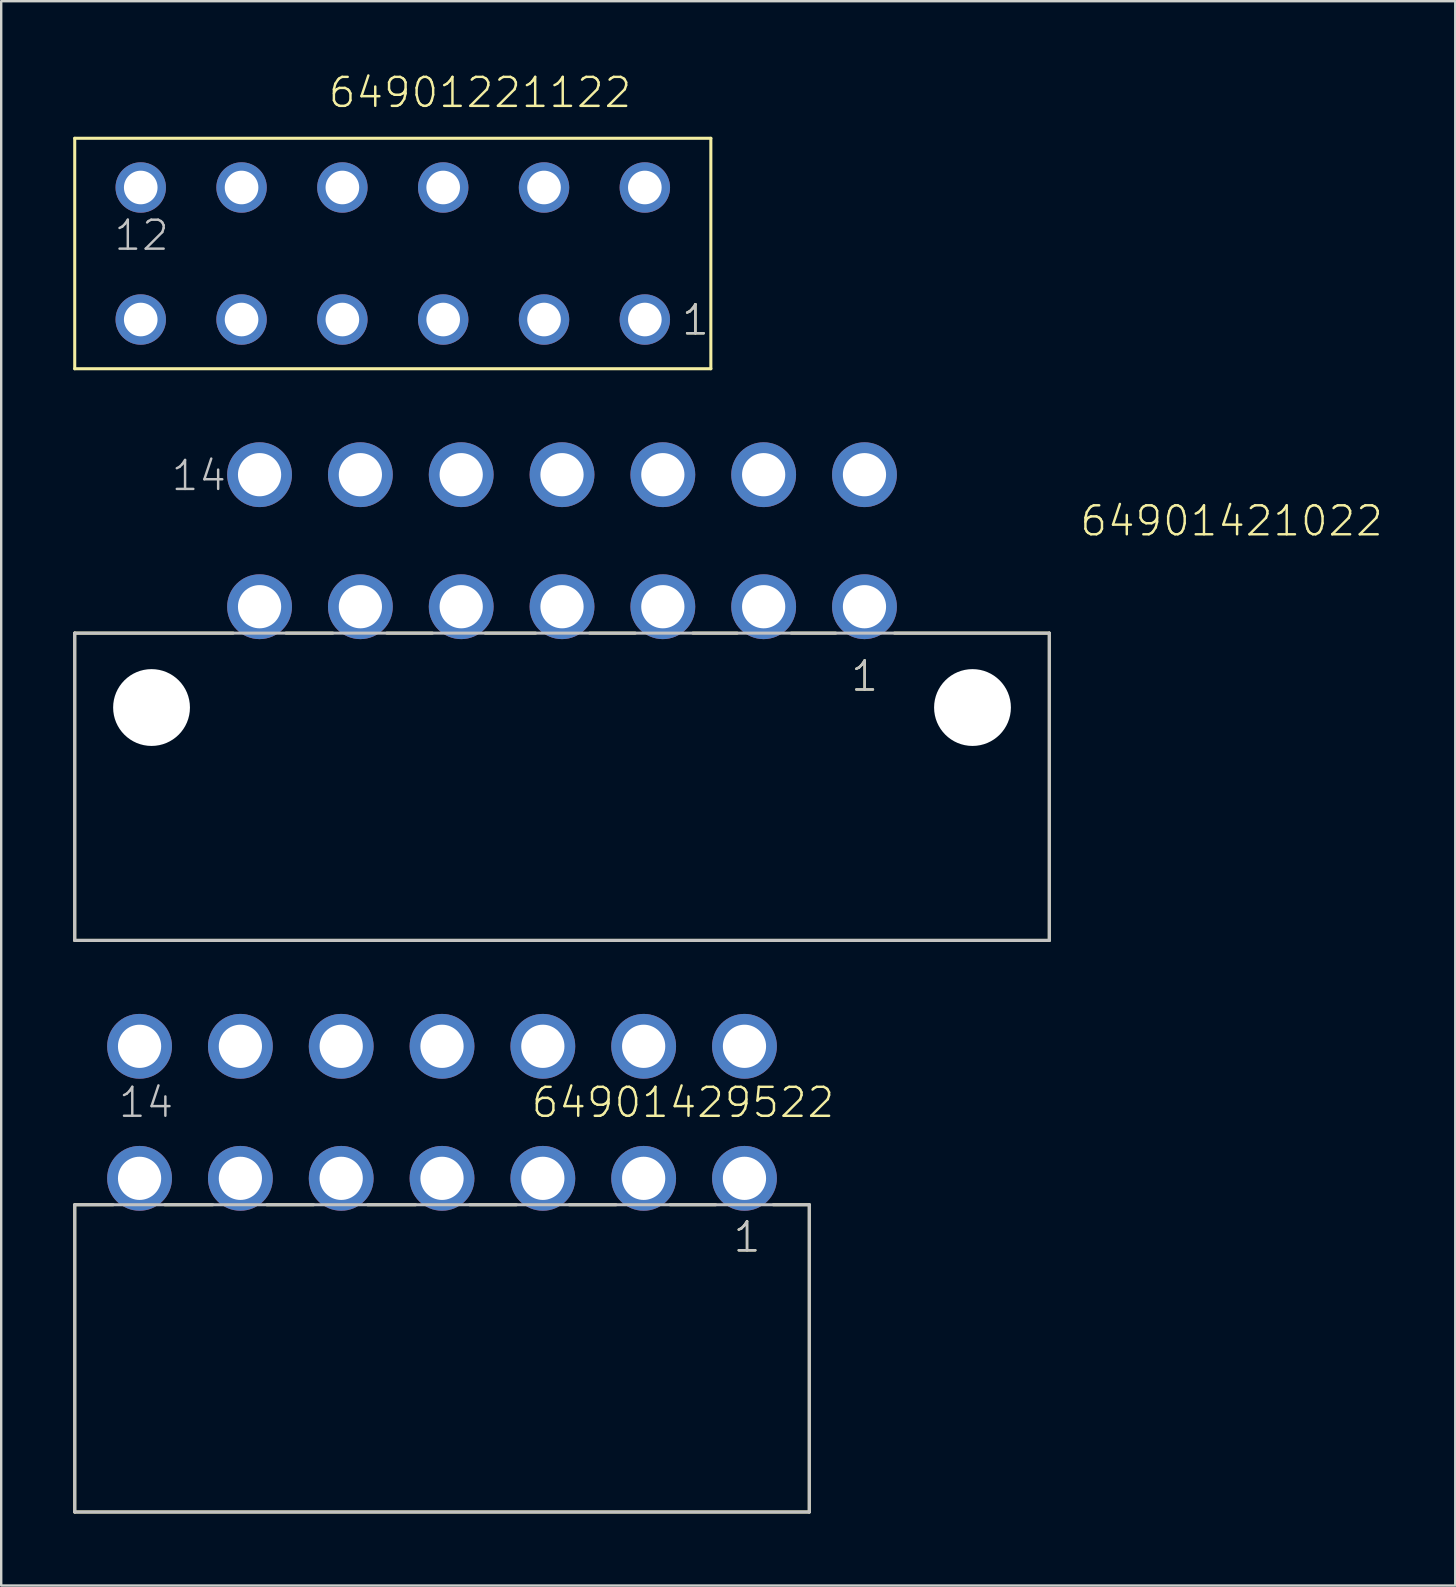
<source format=kicad_pcb>
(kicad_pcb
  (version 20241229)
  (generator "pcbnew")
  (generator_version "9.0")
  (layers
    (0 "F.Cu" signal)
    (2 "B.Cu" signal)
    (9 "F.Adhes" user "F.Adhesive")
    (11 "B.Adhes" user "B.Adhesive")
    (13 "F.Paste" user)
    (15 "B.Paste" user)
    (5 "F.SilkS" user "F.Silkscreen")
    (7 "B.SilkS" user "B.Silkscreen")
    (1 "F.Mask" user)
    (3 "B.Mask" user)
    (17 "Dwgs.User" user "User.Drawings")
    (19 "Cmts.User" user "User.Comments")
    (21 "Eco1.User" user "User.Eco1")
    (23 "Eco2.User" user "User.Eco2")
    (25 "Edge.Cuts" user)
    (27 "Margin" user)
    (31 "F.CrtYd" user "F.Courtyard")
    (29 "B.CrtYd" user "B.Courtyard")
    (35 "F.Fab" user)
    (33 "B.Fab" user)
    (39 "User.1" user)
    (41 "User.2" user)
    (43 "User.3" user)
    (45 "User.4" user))
  (footprint "64901421022"
    (layer "F.Cu")
    (at 20.363 26.425)
    (property "Reference" "64901421022" (at 21.508 -7.065 0) (layer "F.SilkS") (effects (font (size 1.206 1.206) (thickness 0.102)) (justify left bottom)))
    (attr through_hole)
    (fp_line (start -20.3 -3.1) (end -13.7 -3.1) (stroke (width 0.127) (type solid)) (layer "F.SilkS"))
    (fp_line (start -20.3 9.7) (end -20.3 -3.1) (stroke (width 0.127) (type solid)) (layer "F.SilkS"))
    (fp_line (start -11.5 -3.1) (end -9.55 -3.1) (stroke (width 0.127) (type solid)) (layer "F.SilkS"))
    (fp_line (start -7.3 -3.1) (end -5.4 -3.1) (stroke (width 0.127) (type solid)) (layer "F.SilkS"))
    (fp_line (start -3.2 -3.1) (end -1.1 -3.1) (stroke (width 0.127) (type solid)) (layer "F.SilkS"))
    (fp_line (start 1.15 -3.1) (end 3.05 -3.1) (stroke (width 0.127) (type solid)) (layer "F.SilkS"))
    (fp_line (start 5.45 -3.1) (end 7.3 -3.1) (stroke (width 0.127) (type solid)) (layer "F.SilkS"))
    (fp_line (start 9.55 -3.1) (end 11.4 -3.1) (stroke (width 0.127) (type solid)) (layer "F.SilkS"))
    (fp_line (start 13.85 -3.1) (end 20.3 -3.1) (stroke (width 0.127) (type solid)) (layer "F.SilkS"))
    (fp_line (start 20.3 -3.1) (end 20.3 9.7) (stroke (width 0.127) (type solid)) (layer "F.SilkS"))
    (fp_line (start 20.3 9.7) (end -20.3 9.7) (stroke (width 0.127) (type solid)) (layer "F.SilkS"))
    (fp_line (start -20.3 -3.1) (end 20.3 -3.1) (stroke (width 0.127) (type solid)) (layer "Dwgs.User"))
    (fp_line (start -20.3 9.7) (end -20.3 -3.1) (stroke (width 0.127) (type solid)) (layer "Dwgs.User"))
    (fp_line (start 20.3 -3.1) (end 20.3 9.7) (stroke (width 0.127) (type solid)) (layer "Dwgs.User"))
    (fp_line (start 20.3 9.7) (end -20.3 9.7) (stroke (width 0.127) (type solid)) (layer "Dwgs.User"))
    (fp_text user "1" (at 11.965 -0.6 0) (layer "F.SilkS") (effects (font (size 1.206 1.206) (thickness 0.102)) (justify left bottom)))
    (fp_text user "1" (at 11.965 -0.6 0) (layer "Dwgs.User") (effects (font (size 1.206 1.206) (thickness 0.102)) (justify left bottom)))
    (fp_text user "14" (at -16.345 -8.955 0) (layer "Dwgs.User") (effects (font (size 1.206 1.206) (thickness 0.102)) (justify left bottom)))
    (pad "" np_thru_hole circle (at -17.1 0) (size 3.2 3.2) (drill 3.2) (layers "*.Cu"))
    (pad "" np_thru_hole circle (at 17.1 0) (size 3.2 3.2) (drill 3.2) (layers "*.Cu"))
    (pad "1" thru_hole circle (at 12.6 -4.2) (size 2.7 2.7) (drill 1.8) (layers "*.Cu" "*.Mask"))
    (pad "2" thru_hole circle (at 8.4 -4.2) (size 2.7 2.7) (drill 1.8) (layers "*.Cu" "*.Mask"))
    (pad "3" thru_hole circle (at 4.2 -4.2) (size 2.7 2.7) (drill 1.8) (layers "*.Cu" "*.Mask"))
    (pad "4" thru_hole circle (at 0 -4.2) (size 2.7 2.7) (drill 1.8) (layers "*.Cu" "*.Mask"))
    (pad "5" thru_hole circle (at -4.2 -4.2) (size 2.7 2.7) (drill 1.8) (layers "*.Cu" "*.Mask"))
    (pad "6" thru_hole circle (at -8.4 -4.2) (size 2.7 2.7) (drill 1.8) (layers "*.Cu" "*.Mask"))
    (pad "7" thru_hole circle (at -12.6 -4.2) (size 2.7 2.7) (drill 1.8) (layers "*.Cu" "*.Mask"))
    (pad "8" thru_hole circle (at 12.6 -9.7) (size 2.7 2.7) (drill 1.8) (layers "*.Cu" "*.Mask"))
    (pad "9" thru_hole circle (at 8.4 -9.7) (size 2.7 2.7) (drill 1.8) (layers "*.Cu" "*.Mask"))
    (pad "10" thru_hole circle (at 4.2 -9.7) (size 2.7 2.7) (drill 1.8) (layers "*.Cu" "*.Mask"))
    (pad "11" thru_hole circle (at 0 -9.7) (size 2.7 2.7) (drill 1.8) (layers "*.Cu" "*.Mask"))
    (pad "12" thru_hole circle (at -4.2 -9.7) (size 2.7 2.7) (drill 1.8) (layers "*.Cu" "*.Mask"))
    (pad "13" thru_hole circle (at -8.4 -9.7) (size 2.7 2.7) (drill 1.8) (layers "*.Cu" "*.Mask"))
    (pad "14" thru_hole circle (at -12.6 -9.7) (size 2.7 2.7) (drill 1.8) (layers "*.Cu" "*.Mask")))
  (footprint "64901221122"
    (layer "F.Cu")
    (at 13.313 7.511)
    (property "Reference" "64901221122" (at -2.75 -6 0) (layer "F.SilkS") (effects (font (size 1.206 1.206) (thickness 0.102)) (justify left bottom)))
    (attr through_hole)
    (fp_line (start -13.25 -4.8) (end 13.25 -4.8) (stroke (width 0.127) (type solid)) (layer "F.SilkS"))
    (fp_line (start -13.25 4.8) (end -13.25 -4.8) (stroke (width 0.127) (type solid)) (layer "F.SilkS"))
    (fp_line (start 13.25 -4.8) (end 13.25 4.8) (stroke (width 0.127) (type solid)) (layer "F.SilkS"))
    (fp_line (start 13.25 4.8) (end -13.25 4.8) (stroke (width 0.127) (type solid)) (layer "F.SilkS"))
    (fp_text user "1" (at 11.965 3.475 0) (layer "F.SilkS") (effects (font (size 1.206 1.206) (thickness 0.102)) (justify left bottom)))
    (fp_text user "1" (at 11.965 3.475 0) (layer "Dwgs.User") (effects (font (size 1.206 1.206) (thickness 0.102)) (justify left bottom)))
    (fp_text user "12" (at -11.68 -0.05 0) (layer "Dwgs.User") (effects (font (size 1.206 1.206) (thickness 0.102)) (justify left bottom)))
    (pad "1" thru_hole circle (at 10.5 2.75) (size 2.1 2.1) (drill 1.4) (layers "*.Cu" "*.Mask"))
    (pad "2" thru_hole circle (at 6.3 2.75) (size 2.1 2.1) (drill 1.4) (layers "*.Cu" "*.Mask"))
    (pad "3" thru_hole circle (at 2.1 2.75) (size 2.1 2.1) (drill 1.4) (layers "*.Cu" "*.Mask"))
    (pad "4" thru_hole circle (at -2.1 2.75) (size 2.1 2.1) (drill 1.4) (layers "*.Cu" "*.Mask"))
    (pad "5" thru_hole circle (at -6.3 2.75) (size 2.1 2.1) (drill 1.4) (layers "*.Cu" "*.Mask"))
    (pad "6" thru_hole circle (at -10.5 2.75) (size 2.1 2.1) (drill 1.4) (layers "*.Cu" "*.Mask"))
    (pad "7" thru_hole circle (at 10.5 -2.75) (size 2.1 2.1) (drill 1.4) (layers "*.Cu" "*.Mask"))
    (pad "8" thru_hole circle (at 6.3 -2.75) (size 2.1 2.1) (drill 1.4) (layers "*.Cu" "*.Mask"))
    (pad "9" thru_hole circle (at 2.1 -2.75) (size 2.1 2.1) (drill 1.4) (layers "*.Cu" "*.Mask"))
    (pad "10" thru_hole circle (at -2.1 -2.75) (size 2.1 2.1) (drill 1.4) (layers "*.Cu" "*.Mask"))
    (pad "11" thru_hole circle (at -6.3 -2.75) (size 2.1 2.1) (drill 1.4) (layers "*.Cu" "*.Mask"))
    (pad "12" thru_hole circle (at -10.5 -2.75) (size 2.1 2.1) (drill 1.4) (layers "*.Cu" "*.Mask")))
  (footprint "64901429522"
    (layer "F.Cu")
    (at 15.364 43.288)
    (property "Reference" "64901429522" (at 16.422 -1.115 0) (layer "F.SilkS") (effects (font (size 1.206 1.206) (thickness 0.102)) (justify right top)))
    (attr through_hole)
    (fp_line (start -15.3 3.85) (end -13.7 3.85) (stroke (width 0.127) (type solid)) (layer "F.SilkS"))
    (fp_line (start -15.3 16.65) (end -15.3 3.85) (stroke (width 0.127) (type solid)) (layer "F.SilkS"))
    (fp_line (start -11.55 3.85) (end -9.55 3.85) (stroke (width 0.127) (type solid)) (layer "F.SilkS"))
    (fp_line (start -7.3 3.85) (end -5.35 3.85) (stroke (width 0.127) (type solid)) (layer "F.SilkS"))
    (fp_line (start -3.1 3.85) (end -1.1 3.85) (stroke (width 0.127) (type solid)) (layer "F.SilkS"))
    (fp_line (start 1.15 3.85) (end 3.1 3.85) (stroke (width 0.127) (type solid)) (layer "F.SilkS"))
    (fp_line (start 5.3 3.85) (end 7.25 3.85) (stroke (width 0.127) (type solid)) (layer "F.SilkS"))
    (fp_line (start 9.5 3.85) (end 11.4 3.85) (stroke (width 0.127) (type solid)) (layer "F.SilkS"))
    (fp_line (start 13.8 3.85) (end 15.3 3.85) (stroke (width 0.127) (type solid)) (layer "F.SilkS"))
    (fp_line (start 15.3 3.85) (end 15.3 16.65) (stroke (width 0.127) (type solid)) (layer "F.SilkS"))
    (fp_line (start 15.3 16.65) (end -15.3 16.65) (stroke (width 0.127) (type solid)) (layer "F.SilkS"))
    (fp_line (start -15.3 3.85) (end 15.3 3.85) (stroke (width 0.127) (type solid)) (layer "Dwgs.User"))
    (fp_line (start -15.3 16.65) (end -15.3 3.85) (stroke (width 0.127) (type solid)) (layer "Dwgs.User"))
    (fp_line (start 15.3 3.85) (end 15.3 16.65) (stroke (width 0.127) (type solid)) (layer "Dwgs.User"))
    (fp_line (start 15.3 16.65) (end -15.3 16.65) (stroke (width 0.127) (type solid)) (layer "Dwgs.User"))
    (fp_text user "1" (at 12.065 5.9 0) (layer "F.SilkS") (effects (font (size 1.206 1.206) (thickness 0.102)) (justify left bottom)))
    (fp_text user "14" (at -13.545 0.295 0) (layer "Dwgs.User") (effects (font (size 1.206 1.206) (thickness 0.102)) (justify left bottom)))
    (fp_text user "1" (at 12.065 5.9 0) (layer "Dwgs.User") (effects (font (size 1.206 1.206) (thickness 0.102)) (justify left bottom)))
    (pad "1" thru_hole circle (at 12.6 2.75) (size 2.7 2.7) (drill 1.8) (layers "*.Cu" "*.Mask"))
    (pad "2" thru_hole circle (at 8.4 2.75) (size 2.7 2.7) (drill 1.8) (layers "*.Cu" "*.Mask"))
    (pad "3" thru_hole circle (at 4.2 2.75) (size 2.7 2.7) (drill 1.8) (layers "*.Cu" "*.Mask"))
    (pad "4" thru_hole circle (at 0 2.75) (size 2.7 2.7) (drill 1.8) (layers "*.Cu" "*.Mask"))
    (pad "5" thru_hole circle (at -4.2 2.75) (size 2.7 2.7) (drill 1.8) (layers "*.Cu" "*.Mask"))
    (pad "6" thru_hole circle (at -8.4 2.75) (size 2.7 2.7) (drill 1.8) (layers "*.Cu" "*.Mask"))
    (pad "7" thru_hole circle (at -12.6 2.75) (size 2.7 2.7) (drill 1.8) (layers "*.Cu" "*.Mask"))
    (pad "8" thru_hole circle (at 12.6 -2.75) (size 2.7 2.7) (drill 1.8) (layers "*.Cu" "*.Mask"))
    (pad "9" thru_hole circle (at 8.4 -2.75) (size 2.7 2.7) (drill 1.8) (layers "*.Cu" "*.Mask"))
    (pad "10" thru_hole circle (at 4.2 -2.75) (size 2.7 2.7) (drill 1.8) (layers "*.Cu" "*.Mask"))
    (pad "11" thru_hole circle (at 0 -2.75) (size 2.7 2.7) (drill 1.8) (layers "*.Cu" "*.Mask"))
    (pad "12" thru_hole circle (at -4.2 -2.75) (size 2.7 2.7) (drill 1.8) (layers "*.Cu" "*.Mask"))
    (pad "13" thru_hole circle (at -8.4 -2.75) (size 2.7 2.7) (drill 1.8) (layers "*.Cu" "*.Mask"))
    (pad "14" thru_hole circle (at -12.6 -2.75) (size 2.7 2.7) (drill 1.8) (layers "*.Cu" "*.Mask")))
  (gr_rect
    (start -3 -3)
    (end 57.574 63.002)
    (stroke (width 0.1) (type default))
    (fill no)
    (layer "Edge.Cuts")))
</source>
